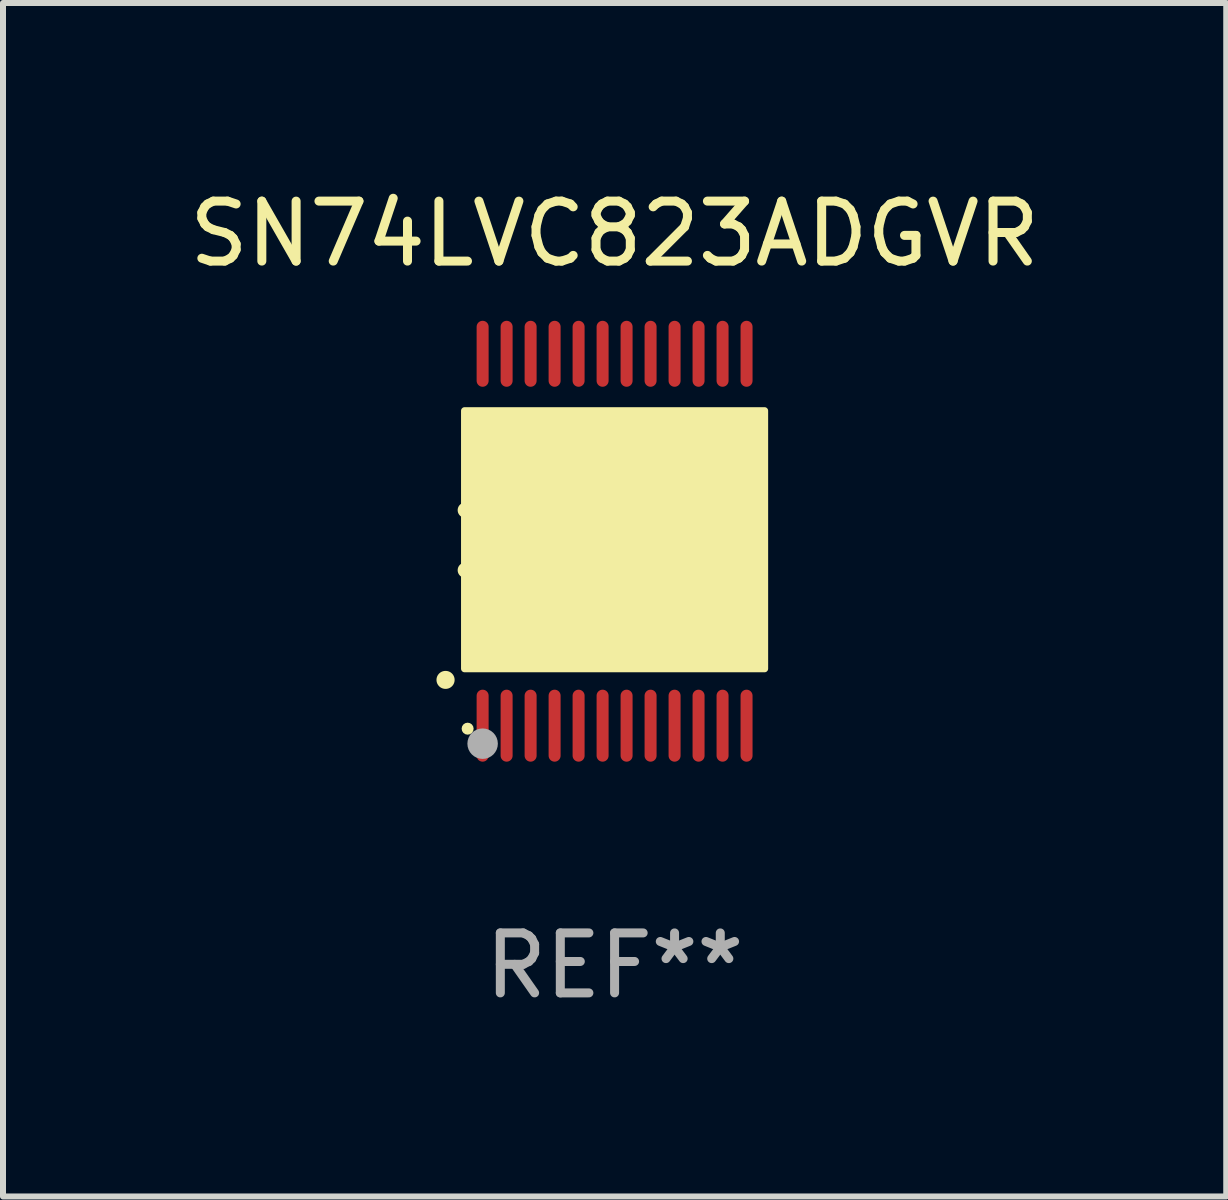
<source format=kicad_pcb>
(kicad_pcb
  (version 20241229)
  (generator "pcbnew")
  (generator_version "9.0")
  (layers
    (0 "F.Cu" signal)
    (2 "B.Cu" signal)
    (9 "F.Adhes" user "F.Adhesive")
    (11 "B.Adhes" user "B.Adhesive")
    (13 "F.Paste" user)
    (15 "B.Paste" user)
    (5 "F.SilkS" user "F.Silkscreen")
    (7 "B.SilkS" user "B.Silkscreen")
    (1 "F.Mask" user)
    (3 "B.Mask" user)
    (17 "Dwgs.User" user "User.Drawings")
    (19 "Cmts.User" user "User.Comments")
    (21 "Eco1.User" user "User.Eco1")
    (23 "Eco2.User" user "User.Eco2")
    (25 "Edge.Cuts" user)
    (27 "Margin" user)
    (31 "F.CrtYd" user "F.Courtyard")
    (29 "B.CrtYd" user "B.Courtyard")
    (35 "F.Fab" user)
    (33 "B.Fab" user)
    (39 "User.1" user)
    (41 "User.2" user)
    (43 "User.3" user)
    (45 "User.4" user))
  (footprint "SN74LVC823ADGVR"
    (layer "F.Cu")
    (at 7.196 5.948)
    (property "Reference" "SN74LVC823ADGVR" (at 0 -5.1 0) (layer "F.SilkS") (effects (font (size 1 1) (thickness 0.15))))
    (attr through_hole)
    (fp_arc (start -2.819355 2.336703) (mid -2.818085 2.336698) (end -2.816815 2.336703) (stroke (width 0.3) (type solid)) (layer "F.SilkS"))
    (fp_arc (start -2.489154 -0.492863) (mid -1.989154 0.007518) (end -2.489154 0.507899) (stroke (width 0.254001) (type solid)) (layer "F.SilkS"))
    (fp_circle (center -2.45 3.15) (end -2.4 3.15) (stroke (width 0.1) (type solid)) (fill no) (layer "F.SilkS"))
    (fp_poly (pts (xy -2.5 -2.15) (xy 2.5 -2.15) (xy 2.5 2.15) (xy -2.5 2.15)) (stroke (width 0.12) (type solid)) (fill yes) (layer "F.SilkS"))
    (fp_circle (center -2.2 3.4) (end -2.073 3.4) (stroke (width 0.254) (type solid)) (fill no) (layer "F.Fab"))
    (fp_text user "REF**" (at 0 7.1 0) (layer "F.Fab") (effects (font (size 1 1) (thickness 0.15))))
    (pad "1" smd oval (at -2.2 3.1 180) (size 0.2 1.2) (layers "F.Cu" "F.Mask" "F.Paste"))
    (pad "2" smd oval (at -1.8 3.1 180) (size 0.2 1.2) (layers "F.Cu" "F.Mask" "F.Paste"))
    (pad "3" smd oval (at -1.4 3.1 180) (size 0.2 1.2) (layers "F.Cu" "F.Mask" "F.Paste"))
    (pad "4" smd oval (at -1 3.1 180) (size 0.2 1.2) (layers "F.Cu" "F.Mask" "F.Paste"))
    (pad "5" smd oval (at -0.6 3.1 180) (size 0.2 1.2) (layers "F.Cu" "F.Mask" "F.Paste"))
    (pad "6" smd oval (at -0.2 3.1 180) (size 0.2 1.2) (layers "F.Cu" "F.Mask" "F.Paste"))
    (pad "7" smd oval (at 0.2 3.1 180) (size 0.2 1.2) (layers "F.Cu" "F.Mask" "F.Paste"))
    (pad "8" smd oval (at 0.6 3.1 180) (size 0.2 1.2) (layers "F.Cu" "F.Mask" "F.Paste"))
    (pad "9" smd oval (at 1 3.1 180) (size 0.2 1.2) (layers "F.Cu" "F.Mask" "F.Paste"))
    (pad "10" smd oval (at 1.4 3.1 180) (size 0.2 1.2) (layers "F.Cu" "F.Mask" "F.Paste"))
    (pad "11" smd oval (at 1.8 3.1 180) (size 0.2 1.2) (layers "F.Cu" "F.Mask" "F.Paste"))
    (pad "12" smd oval (at 2.2 3.1 180) (size 0.2 1.2) (layers "F.Cu" "F.Mask" "F.Paste"))
    (pad "13" smd oval (at 2.2 -3.1 180) (size 0.2 1.1) (layers "F.Cu" "F.Mask" "F.Paste"))
    (pad "14" smd oval (at 1.8 -3.1 180) (size 0.2 1.1) (layers "F.Cu" "F.Mask" "F.Paste"))
    (pad "15" smd oval (at 1.4 -3.1 180) (size 0.2 1.1) (layers "F.Cu" "F.Mask" "F.Paste"))
    (pad "16" smd oval (at 1 -3.1 180) (size 0.2 1.1) (layers "F.Cu" "F.Mask" "F.Paste"))
    (pad "17" smd oval (at 0.6 -3.1 180) (size 0.2 1.1) (layers "F.Cu" "F.Mask" "F.Paste"))
    (pad "18" smd oval (at 0.2 -3.1 180) (size 0.2 1.1) (layers "F.Cu" "F.Mask" "F.Paste"))
    (pad "19" smd oval (at -0.2 -3.1 180) (size 0.2 1.1) (layers "F.Cu" "F.Mask" "F.Paste"))
    (pad "20" smd oval (at -0.6 -3.1 180) (size 0.2 1.1) (layers "F.Cu" "F.Mask" "F.Paste"))
    (pad "21" smd oval (at -1 -3.1 180) (size 0.2 1.1) (layers "F.Cu" "F.Mask" "F.Paste"))
    (pad "22" smd oval (at -1.4 -3.1 180) (size 0.2 1.1) (layers "F.Cu" "F.Mask" "F.Paste"))
    (pad "23" smd oval (at -1.8 -3.1 180) (size 0.2 1.1) (layers "F.Cu" "F.Mask" "F.Paste"))
    (pad "24" smd oval (at -2.2 -3.1 180) (size 0.2 1.1) (layers "F.Cu" "F.Mask" "F.Paste")))
  (gr_rect
    (start -3 -3)
    (end 17.393 16.897)
    (stroke (width 0.1) (type default))
    (fill no)
    (layer "Edge.Cuts")))
</source>
